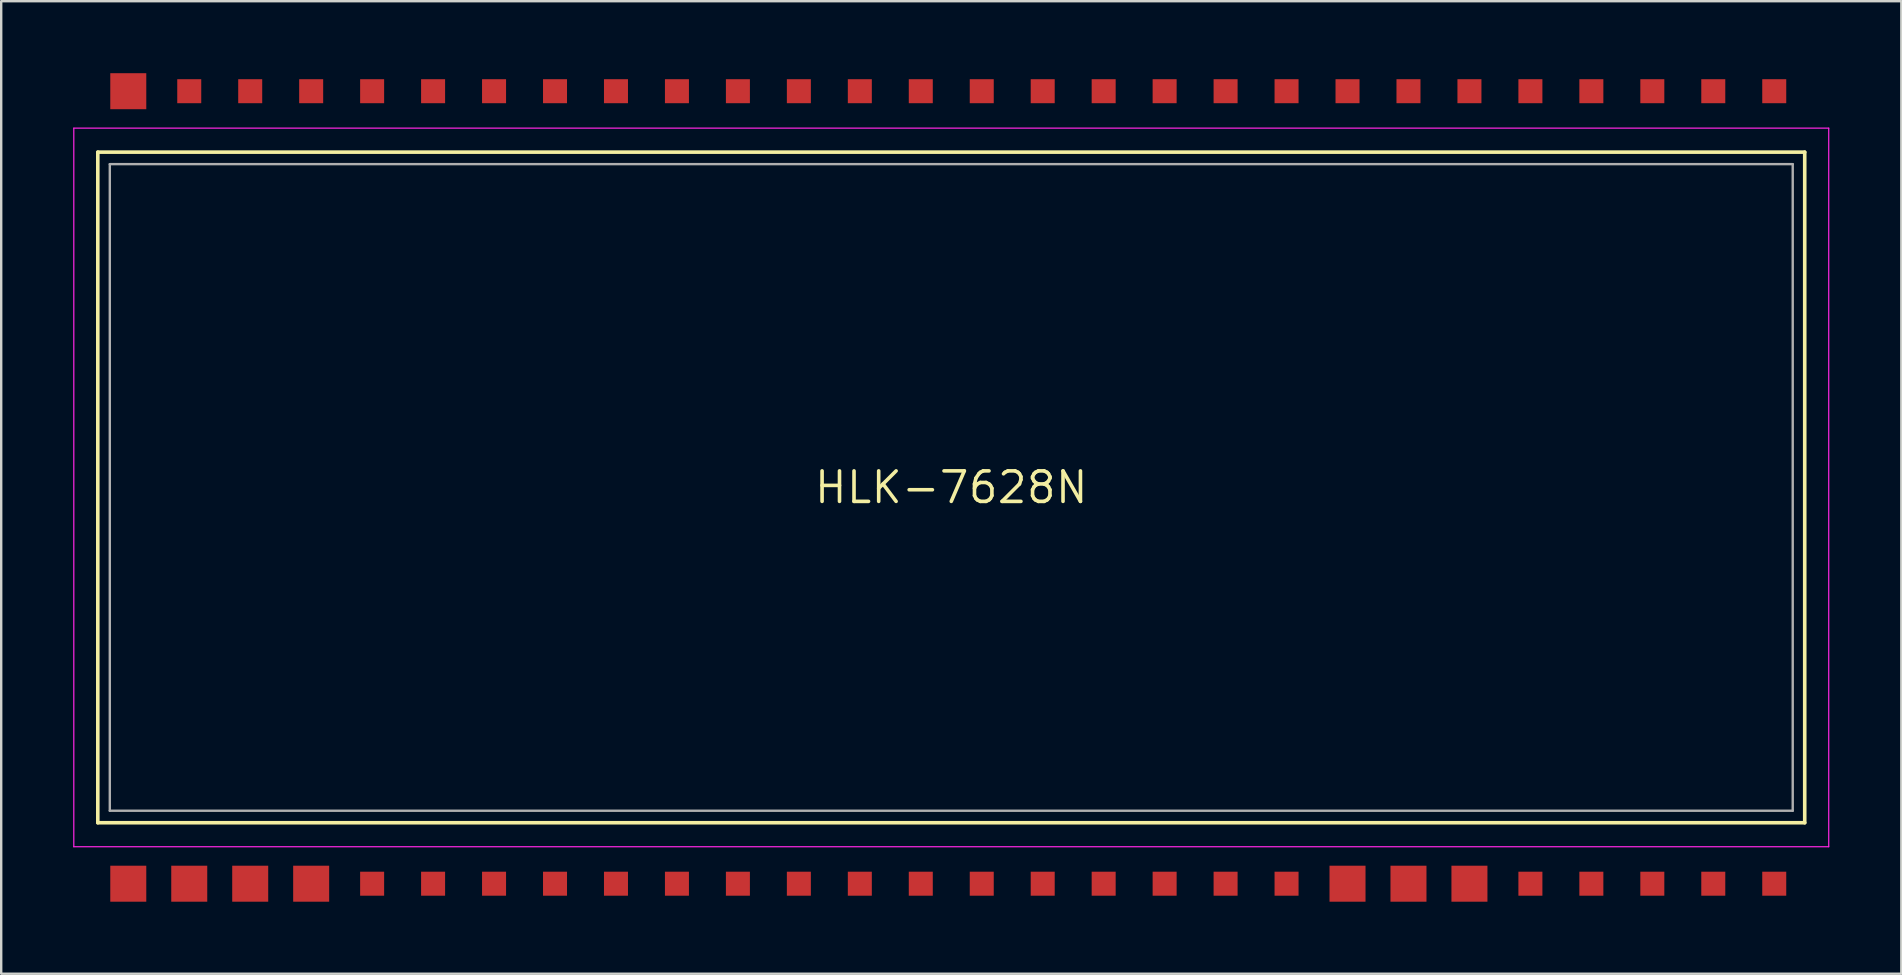
<source format=kicad_pcb>
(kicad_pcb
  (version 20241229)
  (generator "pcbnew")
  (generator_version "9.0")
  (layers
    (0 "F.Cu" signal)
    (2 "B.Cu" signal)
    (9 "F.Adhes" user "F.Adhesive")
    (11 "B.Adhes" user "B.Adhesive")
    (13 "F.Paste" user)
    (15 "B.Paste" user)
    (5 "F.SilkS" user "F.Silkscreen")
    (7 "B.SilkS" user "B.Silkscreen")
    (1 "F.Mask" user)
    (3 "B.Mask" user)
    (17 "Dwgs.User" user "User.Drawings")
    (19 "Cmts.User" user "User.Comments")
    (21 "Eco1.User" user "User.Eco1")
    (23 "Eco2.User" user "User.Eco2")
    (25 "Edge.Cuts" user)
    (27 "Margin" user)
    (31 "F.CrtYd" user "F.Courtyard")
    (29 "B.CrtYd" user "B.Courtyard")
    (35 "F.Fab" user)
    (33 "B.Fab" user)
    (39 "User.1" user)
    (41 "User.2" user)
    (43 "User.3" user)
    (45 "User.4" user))
  (footprint "HLK-7628N"
    (layer "F.Cu")
    (at 36.585 17.26)
    (property "Reference" "HLK-7628N" (at 0 0 0) (layer "F.SilkS") (effects (font (size 1.27 1.27) (thickness 0.15))))
    (attr smd)
    (fp_line (start -35.56 -13.97) (end 35.56 -13.97) (stroke (width 0.15) (type solid)) (layer "F.SilkS"))
    (fp_line (start -35.56 13.97) (end -35.56 -13.97) (stroke (width 0.15) (type solid)) (layer "F.SilkS"))
    (fp_line (start 35.56 -13.97) (end 35.56 13.97) (stroke (width 0.15) (type solid)) (layer "F.SilkS"))
    (fp_line (start 35.56 13.97) (end -35.56 13.97) (stroke (width 0.15) (type solid)) (layer "F.SilkS"))
    (fp_line (start -36.56 -14.97) (end 36.56 -14.97) (stroke (width 0.05) (type solid)) (layer "F.CrtYd"))
    (fp_line (start -36.56 14.97) (end -36.56 -14.97) (stroke (width 0.05) (type solid)) (layer "F.CrtYd"))
    (fp_line (start 36.56 -14.97) (end 36.56 14.97) (stroke (width 0.05) (type solid)) (layer "F.CrtYd"))
    (fp_line (start 36.56 14.97) (end -36.56 14.97) (stroke (width 0.05) (type solid)) (layer "F.CrtYd"))
    (fp_line (start -35.06 -13.47) (end 35.06 -13.47) (stroke (width 0.1) (type solid)) (layer "F.Fab"))
    (fp_line (start -35.06 13.47) (end -35.06 -13.47) (stroke (width 0.1) (type solid)) (layer "F.Fab"))
    (fp_line (start 35.06 -13.47) (end 35.06 13.47) (stroke (width 0.1) (type solid)) (layer "F.Fab"))
    (fp_line (start 35.06 13.47) (end -35.06 13.47) (stroke (width 0.1) (type solid)) (layer "F.Fab"))
    (pad "1" smd rect (at -34.29 16.51 270) (size 1.5 1.5) (layers "F.Cu" "F.Mask" "F.Paste"))
    (pad "2" smd rect (at -31.75 16.51 270) (size 1.5 1.5) (layers "F.Cu" "F.Mask" "F.Paste"))
    (pad "3" smd rect (at -29.21 16.51 270) (size 1.5 1.5) (layers "F.Cu" "F.Mask" "F.Paste"))
    (pad "4" smd rect (at -26.67 16.51 270) (size 1.5 1.5) (layers "F.Cu" "F.Mask" "F.Paste"))
    (pad "5" smd rect (at -24.13 16.51 270) (size 1 1) (layers "F.Cu" "F.Mask" "F.Paste"))
    (pad "6" smd rect (at -21.59 16.51 270) (size 1 1) (layers "F.Cu" "F.Mask" "F.Paste"))
    (pad "7" smd rect (at -19.05 16.51 270) (size 1 1) (layers "F.Cu" "F.Mask" "F.Paste"))
    (pad "8" smd rect (at -16.51 16.51 270) (size 1 1) (layers "F.Cu" "F.Mask" "F.Paste"))
    (pad "9" smd rect (at -13.97 16.51 270) (size 1 1) (layers "F.Cu" "F.Mask" "F.Paste"))
    (pad "10" smd rect (at -11.43 16.51 270) (size 1 1) (layers "F.Cu" "F.Mask" "F.Paste"))
    (pad "11" smd rect (at -8.89 16.51 270) (size 1 1) (layers "F.Cu" "F.Mask" "F.Paste"))
    (pad "12" smd rect (at -6.35 16.51 270) (size 1 1) (layers "F.Cu" "F.Mask" "F.Paste"))
    (pad "13" smd rect (at -3.81 16.51 270) (size 1 1) (layers "F.Cu" "F.Mask" "F.Paste"))
    (pad "14" smd rect (at -1.27 16.51 270) (size 1 1) (layers "F.Cu" "F.Mask" "F.Paste"))
    (pad "15" smd rect (at 1.27 16.51 270) (size 1 1) (layers "F.Cu" "F.Mask" "F.Paste"))
    (pad "16" smd rect (at 3.81 16.51 270) (size 1 1) (layers "F.Cu" "F.Mask" "F.Paste"))
    (pad "17" smd rect (at 6.35 16.51 270) (size 1 1) (layers "F.Cu" "F.Mask" "F.Paste"))
    (pad "18" smd rect (at 8.89 16.51 270) (size 1 1) (layers "F.Cu" "F.Mask" "F.Paste"))
    (pad "19" smd rect (at 11.43 16.51 270) (size 1 1) (layers "F.Cu" "F.Mask" "F.Paste"))
    (pad "20" smd rect (at 13.97 16.51 270) (size 1 1) (layers "F.Cu" "F.Mask" "F.Paste"))
    (pad "21" smd rect (at 16.51 16.51 270) (size 1.5 1.5) (layers "F.Cu" "F.Mask" "F.Paste"))
    (pad "22" smd rect (at 19.05 16.51 270) (size 1.5 1.5) (layers "F.Cu" "F.Mask" "F.Paste"))
    (pad "23" smd rect (at 21.59 16.51 270) (size 1.5 1.5) (layers "F.Cu" "F.Mask" "F.Paste"))
    (pad "24" smd rect (at 24.13 16.51 270) (size 1 1) (layers "F.Cu" "F.Mask" "F.Paste"))
    (pad "25" smd rect (at 26.67 16.51 270) (size 1 1) (layers "F.Cu" "F.Mask" "F.Paste"))
    (pad "26" smd rect (at 29.21 16.51 270) (size 1 1) (layers "F.Cu" "F.Mask" "F.Paste"))
    (pad "27" smd rect (at 31.75 16.51 270) (size 1 1) (layers "F.Cu" "F.Mask" "F.Paste"))
    (pad "28" smd rect (at 34.29 16.51 270) (size 1 1) (layers "F.Cu" "F.Mask" "F.Paste"))
    (pad "29" smd rect (at 34.29 -16.51 90) (size 1 1) (layers "F.Cu" "F.Mask" "F.Paste"))
    (pad "30" smd rect (at 31.75 -16.51 90) (size 1 1) (layers "F.Cu" "F.Mask" "F.Paste"))
    (pad "31" smd rect (at 29.21 -16.51 90) (size 1 1) (layers "F.Cu" "F.Mask" "F.Paste"))
    (pad "32" smd rect (at 26.67 -16.51 90) (size 1 1) (layers "F.Cu" "F.Mask" "F.Paste"))
    (pad "33" smd rect (at 24.13 -16.51 90) (size 1 1) (layers "F.Cu" "F.Mask" "F.Paste"))
    (pad "34" smd rect (at 21.59 -16.51 90) (size 1 1) (layers "F.Cu" "F.Mask" "F.Paste"))
    (pad "35" smd rect (at 19.05 -16.51 90) (size 1 1) (layers "F.Cu" "F.Mask" "F.Paste"))
    (pad "36" smd rect (at 16.51 -16.51 90) (size 1 1) (layers "F.Cu" "F.Mask" "F.Paste"))
    (pad "37" smd rect (at 13.97 -16.51 90) (size 1 1) (layers "F.Cu" "F.Mask" "F.Paste"))
    (pad "38" smd rect (at 11.43 -16.51 90) (size 1 1) (layers "F.Cu" "F.Mask" "F.Paste"))
    (pad "39" smd rect (at 8.89 -16.51 90) (size 1 1) (layers "F.Cu" "F.Mask" "F.Paste"))
    (pad "40" smd rect (at 6.35 -16.51 90) (size 1 1) (layers "F.Cu" "F.Mask" "F.Paste"))
    (pad "41" smd rect (at 3.81 -16.51 90) (size 1 1) (layers "F.Cu" "F.Mask" "F.Paste"))
    (pad "42" smd rect (at 1.27 -16.51 90) (size 1 1) (layers "F.Cu" "F.Mask" "F.Paste"))
    (pad "43" smd rect (at -1.27 -16.51 90) (size 1 1) (layers "F.Cu" "F.Mask" "F.Paste"))
    (pad "44" smd rect (at -3.81 -16.51 90) (size 1 1) (layers "F.Cu" "F.Mask" "F.Paste"))
    (pad "45" smd rect (at -6.35 -16.51 90) (size 1 1) (layers "F.Cu" "F.Mask" "F.Paste"))
    (pad "46" smd rect (at -8.89 -16.51 90) (size 1 1) (layers "F.Cu" "F.Mask" "F.Paste"))
    (pad "47" smd rect (at -11.43 -16.51 90) (size 1 1) (layers "F.Cu" "F.Mask" "F.Paste"))
    (pad "48" smd rect (at -13.97 -16.51 90) (size 1 1) (layers "F.Cu" "F.Mask" "F.Paste"))
    (pad "49" smd rect (at -16.51 -16.51 90) (size 1 1) (layers "F.Cu" "F.Mask" "F.Paste"))
    (pad "50" smd rect (at -19.05 -16.51 90) (size 1 1) (layers "F.Cu" "F.Mask" "F.Paste"))
    (pad "51" smd rect (at -21.59 -16.51 90) (size 1 1) (layers "F.Cu" "F.Mask" "F.Paste"))
    (pad "52" smd rect (at -24.13 -16.51 90) (size 1 1) (layers "F.Cu" "F.Mask" "F.Paste"))
    (pad "53" smd rect (at -26.67 -16.51 90) (size 1 1) (layers "F.Cu" "F.Mask" "F.Paste"))
    (pad "54" smd rect (at -29.21 -16.51 90) (size 1 1) (layers "F.Cu" "F.Mask" "F.Paste"))
    (pad "55" smd rect (at -31.75 -16.51 90) (size 1 1) (layers "F.Cu" "F.Mask" "F.Paste"))
    (pad "56" smd rect (at -34.29 -16.51 90) (size 1.5 1.5) (layers "F.Cu" "F.Mask" "F.Paste")))
  (gr_rect
    (start -3 -3)
    (end 76.17 37.52)
    (stroke (width 0.1) (type default))
    (fill no)
    (layer "Edge.Cuts")))
</source>
